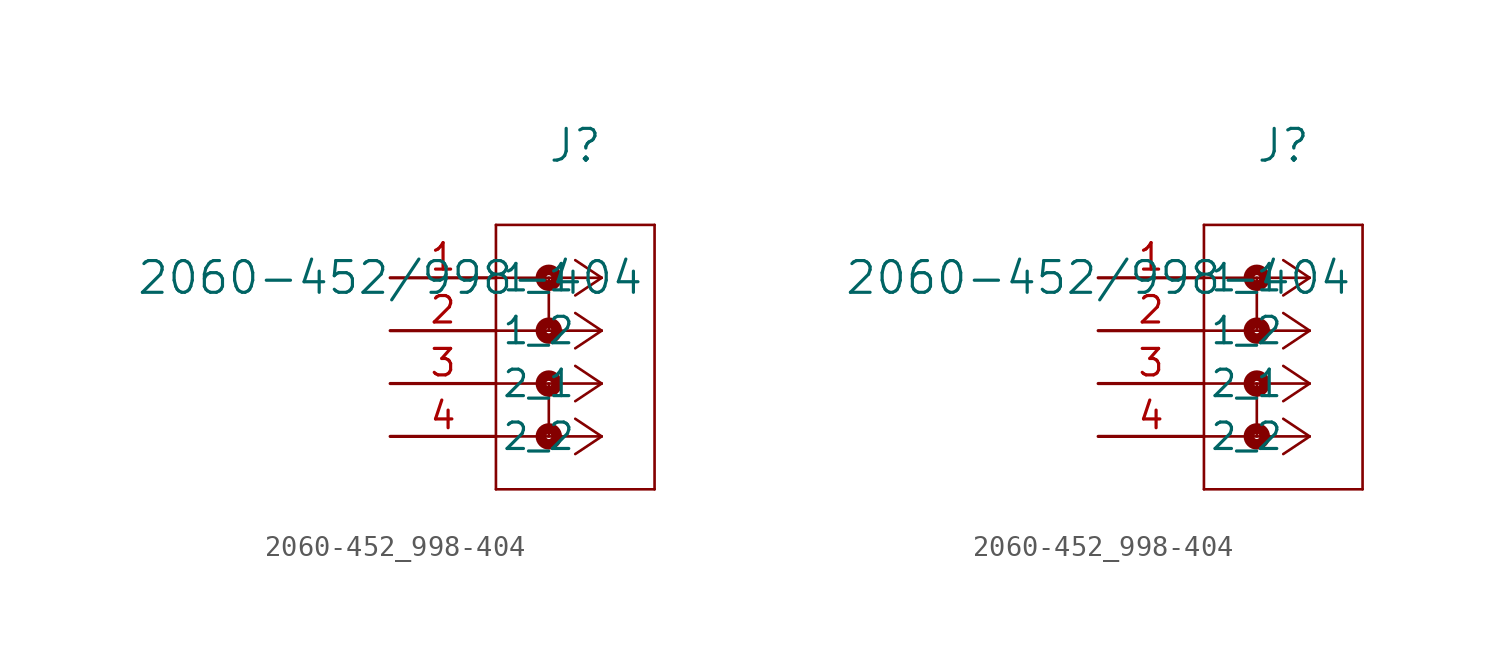
<source format=kicad_sym>
(kicad_symbol_lib
  (version 20211014)
  (generator kicad_symbol_editor)
  (symbol "2060-452_998-404"
    (pin_names
      (offset 0.254))
    (property "Reference" "J"
      (at 8.89 6.35 0)
      (effects (font (size 1.524 1.524))))
    (property "Value" "2060-452/998-404"
      (at 0 0 0)
      (effects (font (size 1.524 1.524))))
    (symbol "2060-452_998-404_1_1"
      (polyline (pts (xy 10.16 0) (xy 5.08 0)) (stroke (width 0.127) (type default) (color 0 0 0 0)) (fill (type none)))
      (polyline (pts (xy 10.16 -2.54) (xy 5.08 -2.54)) (stroke (width 0.127) (type default) (color 0 0 0 0)) (fill (type none)))
      (polyline (pts (xy 10.16 -5.08) (xy 5.08 -5.08)) (stroke (width 0.127) (type default) (color 0 0 0 0)) (fill (type none)))
      (polyline (pts (xy 10.16 -7.62) (xy 5.08 -7.62)) (stroke (width 0.127) (type default) (color 0 0 0 0)) (fill (type none)))
      (polyline (pts (xy 10.16 0) (xy 8.89 0.847)) (stroke (width 0.127) (type default) (color 0 0 0 0)) (fill (type none)))
      (polyline (pts (xy 10.16 -2.54) (xy 8.89 -1.693)) (stroke (width 0.127) (type default) (color 0 0 0 0)) (fill (type none)))
      (polyline (pts (xy 10.16 -5.08) (xy 8.89 -4.233)) (stroke (width 0.127) (type default) (color 0 0 0 0)) (fill (type none)))
      (polyline (pts (xy 10.16 -7.62) (xy 8.89 -6.773)) (stroke (width 0.127) (type default) (color 0 0 0 0)) (fill (type none)))
      (polyline (pts (xy 10.16 0) (xy 8.89 -0.847)) (stroke (width 0.127) (type default) (color 0 0 0 0)) (fill (type none)))
      (polyline (pts (xy 10.16 -2.54) (xy 8.89 -3.387)) (stroke (width 0.127) (type default) (color 0 0 0 0)) (fill (type none)))
      (polyline (pts (xy 10.16 -5.08) (xy 8.89 -5.927)) (stroke (width 0.127) (type default) (color 0 0 0 0)) (fill (type none)))
      (polyline (pts (xy 10.16 -7.62) (xy 8.89 -8.467)) (stroke (width 0.127) (type default) (color 0 0 0 0)) (fill (type none)))
      (polyline (pts (xy 5.08 2.54) (xy 5.08 -10.16)) (stroke (width 0.127) (type default) (color 0 0 0 0)) (fill (type none)))
      (polyline (pts (xy 5.08 -10.16) (xy 12.7 -10.16)) (stroke (width 0.127) (type default) (color 0 0 0 0)) (fill (type none)))
      (polyline (pts (xy 12.7 -10.16) (xy 12.7 2.54)) (stroke (width 0.127) (type default) (color 0 0 0 0)) (fill (type none)))
      (polyline (pts (xy 12.7 2.54) (xy 5.08 2.54)) (stroke (width 0.127) (type default) (color 0 0 0 0)) (fill (type none)))
      (circle (center 7.62 0) (radius 0.127) (stroke (width 0.508) (type default) (color 0 0 0 0)) (fill (type none)))
      (polyline (pts (xy 7.62 0) (xy 7.62 -2.54)) (stroke (width 0.127) (type default) (color 0 0 0 0)) (fill (type none)))
      (circle (center 7.62 -2.54) (radius 0.127) (stroke (width 0.508) (type default) (color 0 0 0 0)) (fill (type none)))
      (circle (center 7.62 -5.08) (radius 0.127) (stroke (width 0.508) (type default) (color 0 0 0 0)) (fill (type none)))
      (polyline (pts (xy 7.62 -5.08) (xy 7.62 -7.62)) (stroke (width 0.127) (type default) (color 0 0 0 0)) (fill (type none)))
      (circle (center 7.62 -7.62) (radius 0.127) (stroke (width 0.508) (type default) (color 0 0 0 0)) (fill (type none)))
      (pin unspecified line (at 0 0 0) (length 5.08) (name "1_1" (effects (font (size 1.27 1.27)))) (number "1" (effects (font (size 1.27 1.27)))))
      (pin unspecified line (at 0 -2.54 0) (length 5.08) (name "1_2" (effects (font (size 1.27 1.27)))) (number "2" (effects (font (size 1.27 1.27)))))
      (pin unspecified line (at 0 -5.08 0) (length 5.08) (name "2_1" (effects (font (size 1.27 1.27)))) (number "3" (effects (font (size 1.27 1.27)))))
      (pin unspecified line (at 0 -7.62 0) (length 5.08) (name "2_2" (effects (font (size 1.27 1.27)))) (number "4" (effects (font (size 1.27 1.27))))))
    (symbol "2060-452_998-404_1_2"
      (polyline (pts (xy 10.16 0) (xy 5.08 0)) (stroke (width 0.127) (type default) (color 0 0 0 0)) (fill (type none)))
      (polyline (pts (xy 10.16 -2.54) (xy 5.08 -2.54)) (stroke (width 0.127) (type default) (color 0 0 0 0)) (fill (type none)))
      (polyline (pts (xy 10.16 -5.08) (xy 5.08 -5.08)) (stroke (width 0.127) (type default) (color 0 0 0 0)) (fill (type none)))
      (polyline (pts (xy 10.16 -7.62) (xy 5.08 -7.62)) (stroke (width 0.127) (type default) (color 0 0 0 0)) (fill (type none)))
      (polyline (pts (xy 10.16 0) (xy 8.89 0.847)) (stroke (width 0.127) (type default) (color 0 0 0 0)) (fill (type none)))
      (polyline (pts (xy 10.16 -2.54) (xy 8.89 -1.693)) (stroke (width 0.127) (type default) (color 0 0 0 0)) (fill (type none)))
      (polyline (pts (xy 10.16 -5.08) (xy 8.89 -4.233)) (stroke (width 0.127) (type default) (color 0 0 0 0)) (fill (type none)))
      (polyline (pts (xy 10.16 -7.62) (xy 8.89 -6.773)) (stroke (width 0.127) (type default) (color 0 0 0 0)) (fill (type none)))
      (polyline (pts (xy 10.16 0) (xy 8.89 -0.847)) (stroke (width 0.127) (type default) (color 0 0 0 0)) (fill (type none)))
      (polyline (pts (xy 10.16 -2.54) (xy 8.89 -3.387)) (stroke (width 0.127) (type default) (color 0 0 0 0)) (fill (type none)))
      (polyline (pts (xy 10.16 -5.08) (xy 8.89 -5.927)) (stroke (width 0.127) (type default) (color 0 0 0 0)) (fill (type none)))
      (polyline (pts (xy 10.16 -7.62) (xy 8.89 -8.467)) (stroke (width 0.127) (type default) (color 0 0 0 0)) (fill (type none)))
      (polyline (pts (xy 5.08 2.54) (xy 5.08 -10.16)) (stroke (width 0.127) (type default) (color 0 0 0 0)) (fill (type none)))
      (polyline (pts (xy 5.08 -10.16) (xy 12.7 -10.16)) (stroke (width 0.127) (type default) (color 0 0 0 0)) (fill (type none)))
      (polyline (pts (xy 12.7 -10.16) (xy 12.7 2.54)) (stroke (width 0.127) (type default) (color 0 0 0 0)) (fill (type none)))
      (polyline (pts (xy 12.7 2.54) (xy 5.08 2.54)) (stroke (width 0.127) (type default) (color 0 0 0 0)) (fill (type none)))
      (circle (center 7.62 0) (radius 0.127) (stroke (width 0.508) (type default) (color 0 0 0 0)) (fill (type none)))
      (polyline (pts (xy 7.62 0) (xy 7.62 -2.54)) (stroke (width 0.127) (type default) (color 0 0 0 0)) (fill (type none)))
      (circle (center 7.62 -2.54) (radius 0.127) (stroke (width 0.508) (type default) (color 0 0 0 0)) (fill (type none)))
      (circle (center 7.62 -5.08) (radius 0.127) (stroke (width 0.508) (type default) (color 0 0 0 0)) (fill (type none)))
      (polyline (pts (xy 7.62 -5.08) (xy 7.62 -7.62)) (stroke (width 0.127) (type default) (color 0 0 0 0)) (fill (type none)))
      (circle (center 7.62 -7.62) (radius 0.127) (stroke (width 0.508) (type default) (color 0 0 0 0)) (fill (type none)))
      (pin unspecified line (at 0 0 0) (length 5.08) (name "1_1" (effects (font (size 1.27 1.27)))) (number "1" (effects (font (size 1.27 1.27)))))
      (pin unspecified line (at 0 -2.54 0) (length 5.08) (name "1_2" (effects (font (size 1.27 1.27)))) (number "2" (effects (font (size 1.27 1.27)))))
      (pin unspecified line (at 0 -5.08 0) (length 5.08) (name "2_1" (effects (font (size 1.27 1.27)))) (number "3" (effects (font (size 1.27 1.27)))))
      (pin unspecified line (at 0 -7.62 0) (length 5.08) (name "2_2" (effects (font (size 1.27 1.27)))) (number "4" (effects (font (size 1.27 1.27))))))))
</source>
